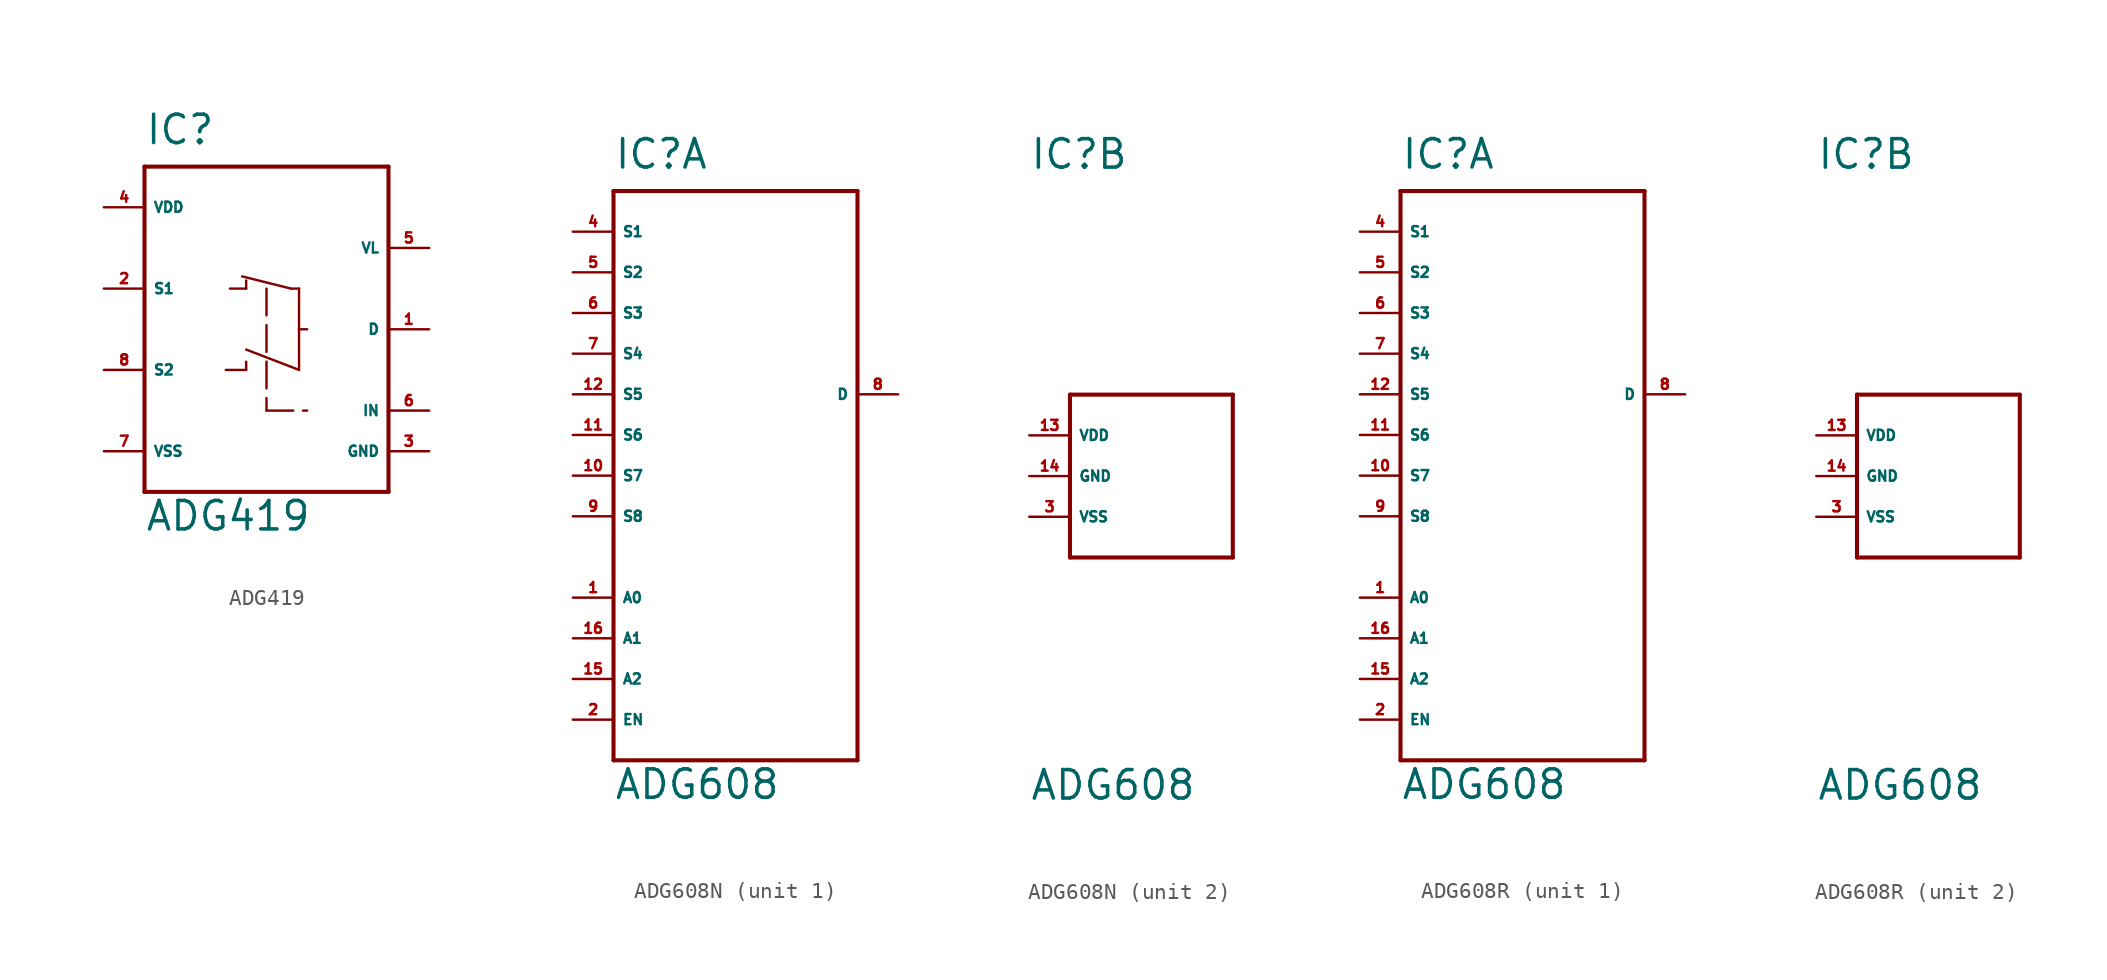
<source format=kicad_sym>
(kicad_symbol_lib
  (version 20220914)
  (generator Eagle2Kicad)
  (symbol "ADG419"
    (property "Reference" "IC"
      (at -7.62 11.43 0)
      (effects (font (size 1.778 1.778) (thickness 0.22)) (justify left bottom)))
    (property "Value" "ADG419"
      (at -7.62 -12.7 0)
      (effects (font (size 1.778 1.778) (thickness 0.22)) (justify left bottom)))
    (polyline
      (pts (xy -7.62 10.16) (xy 7.62 10.16))
      (stroke (width 0.254) (type default))
      (fill (type none)))
    (polyline
      (pts (xy 7.62 10.16) (xy 7.62 -10.16))
      (stroke (width 0.254) (type default))
      (fill (type none)))
    (polyline
      (pts (xy 7.62 -10.16) (xy -7.62 -10.16))
      (stroke (width 0.254) (type default))
      (fill (type none)))
    (polyline
      (pts (xy -7.62 -10.16) (xy -7.62 10.16))
      (stroke (width 0.254) (type default))
      (fill (type none)))
    (polyline
      (pts (xy 2.032 2.54) (xy 1.524 2.54))
      (stroke (width 0.152) (type default))
      (fill (type none)))
    (polyline
      (pts (xy 1.524 2.54) (xy -1.524 3.302))
      (stroke (width 0.152) (type default))
      (fill (type none)))
    (polyline
      (pts (xy -2.286 2.54) (xy -1.27 2.54))
      (stroke (width 0.152) (type default))
      (fill (type none)))
    (polyline
      (pts (xy -1.27 2.54) (xy -1.27 3.048))
      (stroke (width 0.152) (type default))
      (fill (type none)))
    (polyline
      (pts (xy -2.54 -2.54) (xy -1.27 -2.54))
      (stroke (width 0.152) (type default))
      (fill (type none)))
    (polyline
      (pts (xy -1.27 -2.54) (xy -1.27 -2.032))
      (stroke (width 0.152) (type default))
      (fill (type none)))
    (polyline
      (pts (xy -1.27 -1.27) (xy 2.032 -2.54))
      (stroke (width 0.152) (type default))
      (fill (type none)))
    (polyline
      (pts (xy 2.032 -2.54) (xy 2.032 0))
      (stroke (width 0.152) (type default))
      (fill (type none)))
    (polyline
      (pts (xy 2.032 0) (xy 2.032 2.54))
      (stroke (width 0.152) (type default))
      (fill (type none)))
    (polyline
      (pts (xy 2.032 0) (xy 2.54 0))
      (stroke (width 0.152) (type default))
      (fill (type none)))
    (polyline
      (pts (xy 0 2.54) (xy 0 -5.08))
      (stroke (width 0.152) (type dash))
      (fill (type none)))
    (polyline
      (pts (xy 0 -5.08) (xy 2.54 -5.08))
      (stroke (width 0.152) (type dash))
      (fill (type none)))
    (pin bidirectional line
      (at 10.16 0 180)
      (length 2.54)
      (name "D" (effects (font (size 0.635 0.635) (thickness 0.08)) (justify left bottom)))
      (number "1" (effects (font (size 0.635 0.635) (thickness 0.08)) (justify left bottom))))
    (pin bidirectional line
      (at -10.16 2.54 0)
      (length 2.54)
      (name "S1" (effects (font (size 0.635 0.635) (thickness 0.08)) (justify left bottom)))
      (number "2" (effects (font (size 0.635 0.635) (thickness 0.08)) (justify left bottom))))
    (pin bidirectional line
      (at -10.16 -2.54 0)
      (length 2.54)
      (name "S2" (effects (font (size 0.635 0.635) (thickness 0.08)) (justify left bottom)))
      (number "8" (effects (font (size 0.635 0.635) (thickness 0.08)) (justify left bottom))))
    (pin input line
      (at 10.16 -5.08 180)
      (length 2.54)
      (name "IN" (effects (font (size 0.635 0.635) (thickness 0.08)) (justify left bottom)))
      (number "6" (effects (font (size 0.635 0.635) (thickness 0.08)) (justify left bottom))))
    (pin unspecified line
      (at 10.16 -7.62 180)
      (length 2.54)
      (name "GND" (effects (font (size 0.635 0.635) (thickness 0.08)) (justify left bottom)))
      (number "3" (effects (font (size 0.635 0.635) (thickness 0.08)) (justify left bottom))))
    (pin unspecified line
      (at -10.16 7.62 0)
      (length 2.54)
      (name "VDD" (effects (font (size 0.635 0.635) (thickness 0.08)) (justify left bottom)))
      (number "4" (effects (font (size 0.635 0.635) (thickness 0.08)) (justify left bottom))))
    (pin unspecified line
      (at -10.16 -7.62 0)
      (length 2.54)
      (name "VSS" (effects (font (size 0.635 0.635) (thickness 0.08)) (justify left bottom)))
      (number "7" (effects (font (size 0.635 0.635) (thickness 0.08)) (justify left bottom))))
    (pin unspecified line
      (at 10.16 5.08 180)
      (length 2.54)
      (name "VL" (effects (font (size 0.635 0.635) (thickness 0.08)) (justify left bottom)))
      (number "5" (effects (font (size 0.635 0.635) (thickness 0.08)) (justify left bottom)))))
  (symbol "ADG608N"
    (property "Reference" "IC"
      (at -7.62 19.05 0)
      (effects (font (size 1.778 1.778) (thickness 0.22)) (justify left bottom)))
    (property "Value" "ADG608"
      (at -7.62 -20.32 0)
      (effects (font (size 1.778 1.778) (thickness 0.22)) (justify left bottom)))
    (symbol "ADG608N_1_0"
      (polyline (pts (xy -7.62 17.78) (xy 7.62 17.78)) (stroke (width 0.254) (type default)) (fill (type none)))
      (polyline (pts (xy 7.62 17.78) (xy 7.62 -17.78)) (stroke (width 0.254) (type default)) (fill (type none)))
      (polyline (pts (xy 7.62 -17.78) (xy -7.62 -17.78)) (stroke (width 0.254) (type default)) (fill (type none)))
      (polyline (pts (xy -7.62 -17.78) (xy -7.62 17.78)) (stroke (width 0.254) (type default)) (fill (type none)))
      (pin bidirectional line (at -10.16 15.24 0) (length 2.54) (name "S1" (effects (font (size 0.635 0.635) (thickness 0.08)) (justify left bottom))) (number "4" (effects (font (size 0.635 0.635) (thickness 0.08)) (justify left bottom))))
      (pin bidirectional line (at -10.16 12.7 0) (length 2.54) (name "S2" (effects (font (size 0.635 0.635) (thickness 0.08)) (justify left bottom))) (number "5" (effects (font (size 0.635 0.635) (thickness 0.08)) (justify left bottom))))
      (pin bidirectional line (at -10.16 10.16 0) (length 2.54) (name "S3" (effects (font (size 0.635 0.635) (thickness 0.08)) (justify left bottom))) (number "6" (effects (font (size 0.635 0.635) (thickness 0.08)) (justify left bottom))))
      (pin bidirectional line (at -10.16 7.62 0) (length 2.54) (name "S4" (effects (font (size 0.635 0.635) (thickness 0.08)) (justify left bottom))) (number "7" (effects (font (size 0.635 0.635) (thickness 0.08)) (justify left bottom))))
      (pin bidirectional line (at -10.16 5.08 0) (length 2.54) (name "S5" (effects (font (size 0.635 0.635) (thickness 0.08)) (justify left bottom))) (number "12" (effects (font (size 0.635 0.635) (thickness 0.08)) (justify left bottom))))
      (pin bidirectional line (at -10.16 2.54 0) (length 2.54) (name "S6" (effects (font (size 0.635 0.635) (thickness 0.08)) (justify left bottom))) (number "11" (effects (font (size 0.635 0.635) (thickness 0.08)) (justify left bottom))))
      (pin bidirectional line (at -10.16 0 0) (length 2.54) (name "S7" (effects (font (size 0.635 0.635) (thickness 0.08)) (justify left bottom))) (number "10" (effects (font (size 0.635 0.635) (thickness 0.08)) (justify left bottom))))
      (pin bidirectional line (at -10.16 -2.54 0) (length 2.54) (name "S8" (effects (font (size 0.635 0.635) (thickness 0.08)) (justify left bottom))) (number "9" (effects (font (size 0.635 0.635) (thickness 0.08)) (justify left bottom))))
      (pin bidirectional line (at 10.16 5.08 180) (length 2.54) (name "D" (effects (font (size 0.635 0.635) (thickness 0.08)) (justify left bottom))) (number "8" (effects (font (size 0.635 0.635) (thickness 0.08)) (justify left bottom))))
      (pin input line (at -10.16 -7.62 0) (length 2.54) (name "A0" (effects (font (size 0.635 0.635) (thickness 0.08)) (justify left bottom))) (number "1" (effects (font (size 0.635 0.635) (thickness 0.08)) (justify left bottom))))
      (pin input line (at -10.16 -10.16 0) (length 2.54) (name "A1" (effects (font (size 0.635 0.635) (thickness 0.08)) (justify left bottom))) (number "16" (effects (font (size 0.635 0.635) (thickness 0.08)) (justify left bottom))))
      (pin input line (at -10.16 -12.7 0) (length 2.54) (name "A2" (effects (font (size 0.635 0.635) (thickness 0.08)) (justify left bottom))) (number "15" (effects (font (size 0.635 0.635) (thickness 0.08)) (justify left bottom))))
      (pin input line (at -10.16 -15.24 0) (length 2.54) (name "EN" (effects (font (size 0.635 0.635) (thickness 0.08)) (justify left bottom))) (number "2" (effects (font (size 0.635 0.635) (thickness 0.08)) (justify left bottom)))))
    (symbol "ADG608N_2_0"
      (polyline (pts (xy -5.08 5.08) (xy 5.08 5.08)) (stroke (width 0.254) (type default)) (fill (type none)))
      (polyline (pts (xy 5.08 5.08) (xy 5.08 -5.08)) (stroke (width 0.254) (type default)) (fill (type none)))
      (polyline (pts (xy 5.08 -5.08) (xy -5.08 -5.08)) (stroke (width 0.254) (type default)) (fill (type none)))
      (polyline (pts (xy -5.08 -5.08) (xy -5.08 5.08)) (stroke (width 0.254) (type default)) (fill (type none)))
      (pin unspecified line (at -7.62 -2.54 0) (length 2.54) (name "VSS" (effects (font (size 0.635 0.635) (thickness 0.08)) (justify left bottom))) (number "3" (effects (font (size 0.635 0.635) (thickness 0.08)) (justify left bottom))))
      (pin unspecified line (at -7.62 0 0) (length 2.54) (name "GND" (effects (font (size 0.635 0.635) (thickness 0.08)) (justify left bottom))) (number "14" (effects (font (size 0.635 0.635) (thickness 0.08)) (justify left bottom))))
      (pin unspecified line (at -7.62 2.54 0) (length 2.54) (name "VDD" (effects (font (size 0.635 0.635) (thickness 0.08)) (justify left bottom))) (number "13" (effects (font (size 0.635 0.635) (thickness 0.08)) (justify left bottom))))))
  (symbol "ADG608R"
    (property "Reference" "IC"
      (at -7.62 19.05 0)
      (effects (font (size 1.778 1.778) (thickness 0.22)) (justify left bottom)))
    (property "Value" "ADG608"
      (at -7.62 -20.32 0)
      (effects (font (size 1.778 1.778) (thickness 0.22)) (justify left bottom)))
    (symbol "ADG608R_1_0"
      (polyline (pts (xy -7.62 17.78) (xy 7.62 17.78)) (stroke (width 0.254) (type default)) (fill (type none)))
      (polyline (pts (xy 7.62 17.78) (xy 7.62 -17.78)) (stroke (width 0.254) (type default)) (fill (type none)))
      (polyline (pts (xy 7.62 -17.78) (xy -7.62 -17.78)) (stroke (width 0.254) (type default)) (fill (type none)))
      (polyline (pts (xy -7.62 -17.78) (xy -7.62 17.78)) (stroke (width 0.254) (type default)) (fill (type none)))
      (pin bidirectional line (at -10.16 15.24 0) (length 2.54) (name "S1" (effects (font (size 0.635 0.635) (thickness 0.08)) (justify left bottom))) (number "4" (effects (font (size 0.635 0.635) (thickness 0.08)) (justify left bottom))))
      (pin bidirectional line (at -10.16 12.7 0) (length 2.54) (name "S2" (effects (font (size 0.635 0.635) (thickness 0.08)) (justify left bottom))) (number "5" (effects (font (size 0.635 0.635) (thickness 0.08)) (justify left bottom))))
      (pin bidirectional line (at -10.16 10.16 0) (length 2.54) (name "S3" (effects (font (size 0.635 0.635) (thickness 0.08)) (justify left bottom))) (number "6" (effects (font (size 0.635 0.635) (thickness 0.08)) (justify left bottom))))
      (pin bidirectional line (at -10.16 7.62 0) (length 2.54) (name "S4" (effects (font (size 0.635 0.635) (thickness 0.08)) (justify left bottom))) (number "7" (effects (font (size 0.635 0.635) (thickness 0.08)) (justify left bottom))))
      (pin bidirectional line (at -10.16 5.08 0) (length 2.54) (name "S5" (effects (font (size 0.635 0.635) (thickness 0.08)) (justify left bottom))) (number "12" (effects (font (size 0.635 0.635) (thickness 0.08)) (justify left bottom))))
      (pin bidirectional line (at -10.16 2.54 0) (length 2.54) (name "S6" (effects (font (size 0.635 0.635) (thickness 0.08)) (justify left bottom))) (number "11" (effects (font (size 0.635 0.635) (thickness 0.08)) (justify left bottom))))
      (pin bidirectional line (at -10.16 0 0) (length 2.54) (name "S7" (effects (font (size 0.635 0.635) (thickness 0.08)) (justify left bottom))) (number "10" (effects (font (size 0.635 0.635) (thickness 0.08)) (justify left bottom))))
      (pin bidirectional line (at -10.16 -2.54 0) (length 2.54) (name "S8" (effects (font (size 0.635 0.635) (thickness 0.08)) (justify left bottom))) (number "9" (effects (font (size 0.635 0.635) (thickness 0.08)) (justify left bottom))))
      (pin bidirectional line (at 10.16 5.08 180) (length 2.54) (name "D" (effects (font (size 0.635 0.635) (thickness 0.08)) (justify left bottom))) (number "8" (effects (font (size 0.635 0.635) (thickness 0.08)) (justify left bottom))))
      (pin input line (at -10.16 -7.62 0) (length 2.54) (name "A0" (effects (font (size 0.635 0.635) (thickness 0.08)) (justify left bottom))) (number "1" (effects (font (size 0.635 0.635) (thickness 0.08)) (justify left bottom))))
      (pin input line (at -10.16 -10.16 0) (length 2.54) (name "A1" (effects (font (size 0.635 0.635) (thickness 0.08)) (justify left bottom))) (number "16" (effects (font (size 0.635 0.635) (thickness 0.08)) (justify left bottom))))
      (pin input line (at -10.16 -12.7 0) (length 2.54) (name "A2" (effects (font (size 0.635 0.635) (thickness 0.08)) (justify left bottom))) (number "15" (effects (font (size 0.635 0.635) (thickness 0.08)) (justify left bottom))))
      (pin input line (at -10.16 -15.24 0) (length 2.54) (name "EN" (effects (font (size 0.635 0.635) (thickness 0.08)) (justify left bottom))) (number "2" (effects (font (size 0.635 0.635) (thickness 0.08)) (justify left bottom)))))
    (symbol "ADG608R_2_0"
      (polyline (pts (xy -5.08 5.08) (xy 5.08 5.08)) (stroke (width 0.254) (type default)) (fill (type none)))
      (polyline (pts (xy 5.08 5.08) (xy 5.08 -5.08)) (stroke (width 0.254) (type default)) (fill (type none)))
      (polyline (pts (xy 5.08 -5.08) (xy -5.08 -5.08)) (stroke (width 0.254) (type default)) (fill (type none)))
      (polyline (pts (xy -5.08 -5.08) (xy -5.08 5.08)) (stroke (width 0.254) (type default)) (fill (type none)))
      (pin unspecified line (at -7.62 -2.54 0) (length 2.54) (name "VSS" (effects (font (size 0.635 0.635) (thickness 0.08)) (justify left bottom))) (number "3" (effects (font (size 0.635 0.635) (thickness 0.08)) (justify left bottom))))
      (pin unspecified line (at -7.62 0 0) (length 2.54) (name "GND" (effects (font (size 0.635 0.635) (thickness 0.08)) (justify left bottom))) (number "14" (effects (font (size 0.635 0.635) (thickness 0.08)) (justify left bottom))))
      (pin unspecified line (at -7.62 2.54 0) (length 2.54) (name "VDD" (effects (font (size 0.635 0.635) (thickness 0.08)) (justify left bottom))) (number "13" (effects (font (size 0.635 0.635) (thickness 0.08)) (justify left bottom)))))))
</source>
